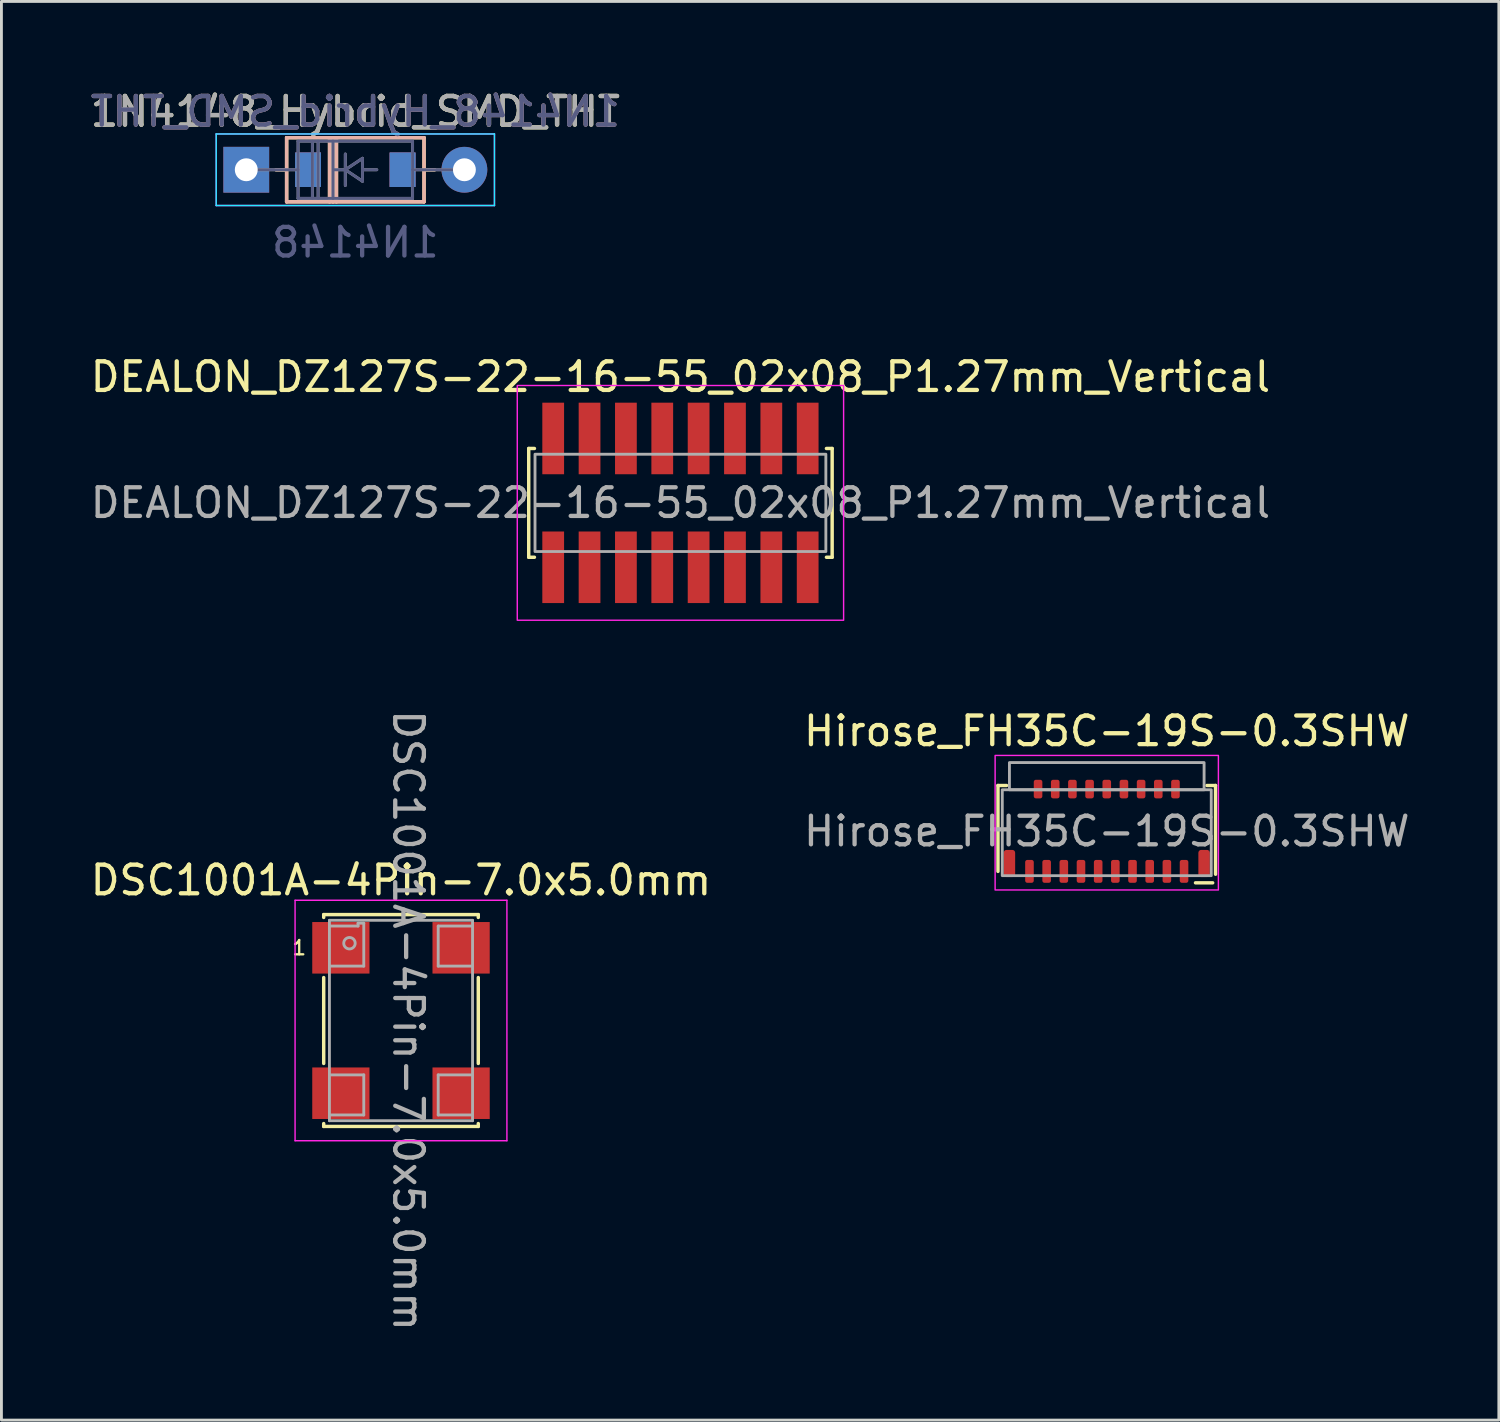
<source format=kicad_pcb>
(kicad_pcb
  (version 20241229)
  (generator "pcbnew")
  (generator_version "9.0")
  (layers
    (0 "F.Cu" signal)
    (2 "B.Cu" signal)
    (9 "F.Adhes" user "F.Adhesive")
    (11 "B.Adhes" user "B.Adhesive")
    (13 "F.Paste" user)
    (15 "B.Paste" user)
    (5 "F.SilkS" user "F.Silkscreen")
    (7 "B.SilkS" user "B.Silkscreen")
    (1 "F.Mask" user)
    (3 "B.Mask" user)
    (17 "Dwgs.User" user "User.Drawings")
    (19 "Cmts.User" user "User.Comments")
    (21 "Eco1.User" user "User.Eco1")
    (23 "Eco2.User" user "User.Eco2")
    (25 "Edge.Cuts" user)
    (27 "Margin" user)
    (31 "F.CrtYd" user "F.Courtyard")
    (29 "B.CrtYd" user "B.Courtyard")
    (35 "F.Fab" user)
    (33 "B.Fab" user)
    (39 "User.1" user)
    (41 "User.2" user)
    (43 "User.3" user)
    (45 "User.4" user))
  (footprint "DEALON_DZ127S-22-16-55_02x08_P1.27mm_Vertical"
    (layer "F.Cu")
    (at 20.72 14.517)
    (property "Reference" "DEALON_DZ127S-22-16-55_02x08_P1.27mm_Vertical" (at 0 -4.4 0) (unlocked yes) (layer "F.SilkS") (effects (font (size 1 1) (thickness 0.15))))
    (attr smd)
    (fp_line (start -5.3 -1.9) (end -5.3 1.9) (stroke (width 0.12) (type solid)) (layer "F.SilkS"))
    (fp_line (start -5.3 1.9) (end -5.1 1.9) (stroke (width 0.12) (type solid)) (layer "F.SilkS"))
    (fp_line (start -5.1 -1.9) (end -5.3 -1.9) (stroke (width 0.12) (type solid)) (layer "F.SilkS"))
    (fp_line (start 5.1 -1.9) (end 5.3 -1.9) (stroke (width 0.12) (type solid)) (layer "F.SilkS"))
    (fp_line (start 5.3 -1.9) (end 5.3 1.9) (stroke (width 0.12) (type solid)) (layer "F.SilkS"))
    (fp_line (start 5.3 1.9) (end 5.1 1.9) (stroke (width 0.12) (type solid)) (layer "F.SilkS"))
    (fp_rect (start -5.7 -4.1) (end 5.7 4.1) (stroke (width 0.05) (type solid)) (fill no) (layer "F.CrtYd"))
    (fp_rect (start -5.08 -1.7) (end 5.08 1.7) (stroke (width 0.1) (type solid)) (fill no) (layer "F.Fab"))
    (fp_text user "${REFERENCE}" (at 0 0 0) (unlocked yes) (layer "F.Fab") (effects (font (size 1 1) (thickness 0.15))))
    (pad "1" smd rect (at -4.445 -2.25) (size 0.76 2.5) (layers "F.Cu" "F.Mask" "F.Paste"))
    (pad "2" smd rect (at -4.445 2.25) (size 0.76 2.5) (layers "F.Cu" "F.Mask" "F.Paste"))
    (pad "3" smd rect (at -3.175 -2.25) (size 0.76 2.5) (layers "F.Cu" "F.Mask" "F.Paste"))
    (pad "4" smd rect (at -3.175 2.25) (size 0.76 2.5) (layers "F.Cu" "F.Mask" "F.Paste"))
    (pad "5" smd rect (at -1.905 -2.25) (size 0.76 2.5) (layers "F.Cu" "F.Mask" "F.Paste"))
    (pad "6" smd rect (at -1.905 2.25) (size 0.76 2.5) (layers "F.Cu" "F.Mask" "F.Paste"))
    (pad "7" smd rect (at -0.635 -2.25) (size 0.76 2.5) (layers "F.Cu" "F.Mask" "F.Paste"))
    (pad "8" smd rect (at -0.635 2.25) (size 0.76 2.5) (layers "F.Cu" "F.Mask" "F.Paste"))
    (pad "9" smd rect (at 0.635 -2.25) (size 0.76 2.5) (layers "F.Cu" "F.Mask" "F.Paste"))
    (pad "10" smd rect (at 0.635 2.25) (size 0.76 2.5) (layers "F.Cu" "F.Mask" "F.Paste"))
    (pad "11" smd rect (at 1.905 -2.25) (size 0.76 2.5) (layers "F.Cu" "F.Mask" "F.Paste"))
    (pad "12" smd rect (at 1.905 2.25) (size 0.76 2.5) (layers "F.Cu" "F.Mask" "F.Paste"))
    (pad "13" smd rect (at 3.175 -2.25) (size 0.76 2.5) (layers "F.Cu" "F.Mask" "F.Paste"))
    (pad "14" smd rect (at 3.175 2.25) (size 0.76 2.5) (layers "F.Cu" "F.Mask" "F.Paste"))
    (pad "15" smd rect (at 4.445 -2.25) (size 0.76 2.5) (layers "F.Cu" "F.Mask" "F.Paste"))
    (pad "16" smd rect (at 4.445 2.25) (size 0.76 2.5) (layers "F.Cu" "F.Mask" "F.Paste")))
  (footprint "DSC1001A-4Pin-7.0x5.0mm"
    (layer "F.Cu")
    (at 10.958 32.6)
    (property "Reference" "DSC1001A-4Pin-7.0x5.0mm" (at 0 -4.9 0) (unlocked yes) (layer "F.SilkS") (effects (font (size 1 1) (thickness 0.15))))
    (attr smd)
    (fp_line (start -2.7 -3.7) (end 2.7 -3.7) (stroke (width 0.12) (type solid)) (layer "F.SilkS"))
    (fp_line (start -2.7 -3.6) (end -2.7 -3.7) (stroke (width 0.12) (type solid)) (layer "F.SilkS"))
    (fp_line (start -2.7 -1.5) (end -2.7 1.5) (stroke (width 0.12) (type solid)) (layer "F.SilkS"))
    (fp_line (start -2.7 3.6) (end -2.7 3.7) (stroke (width 0.12) (type solid)) (layer "F.SilkS"))
    (fp_line (start -2.7 3.7) (end 2.7 3.7) (stroke (width 0.12) (type solid)) (layer "F.SilkS"))
    (fp_line (start 2.7 -3.7) (end 2.7 -3.6) (stroke (width 0.12) (type solid)) (layer "F.SilkS"))
    (fp_line (start 2.7 -1.5) (end 2.7 1.5) (stroke (width 0.12) (type solid)) (layer "F.SilkS"))
    (fp_line (start 2.7 3.7) (end 2.7 3.6) (stroke (width 0.12) (type solid)) (layer "F.SilkS"))
    (fp_line (start -3.7 -4.2) (end 3.7 -4.2) (stroke (width 0.05) (type solid)) (layer "F.CrtYd"))
    (fp_line (start -3.7 4.2) (end -3.7 -4.2) (stroke (width 0.05) (type solid)) (layer "F.CrtYd"))
    (fp_line (start 3.7 -4.2) (end 3.7 4.2) (stroke (width 0.05) (type solid)) (layer "F.CrtYd"))
    (fp_line (start 3.7 4.2) (end -3.7 4.2) (stroke (width 0.05) (type solid)) (layer "F.CrtYd"))
    (fp_line (start -2.5 -3.5) (end 2.5 -3.5) (stroke (width 0.1) (type solid)) (layer "F.Fab"))
    (fp_line (start -2.5 -3.3) (end -1.5 -3.3) (stroke (width 0.1) (type solid)) (layer "F.Fab"))
    (fp_line (start -2.5 3.3) (end -1.3 3.3) (stroke (width 0.1) (type solid)) (layer "F.Fab"))
    (fp_line (start -2.5 3.5) (end -2.5 -3.5) (stroke (width 0.1) (type solid)) (layer "F.Fab"))
    (fp_line (start -1.5 -3.4) (end -1.3 -3.4) (stroke (width 0.1) (type solid)) (layer "F.Fab"))
    (fp_line (start -1.5 -3.3) (end -1.5 -3.4) (stroke (width 0.1) (type solid)) (layer "F.Fab"))
    (fp_line (start -1.3 -3.4) (end -1.3 -1.9) (stroke (width 0.1) (type solid)) (layer "F.Fab"))
    (fp_line (start -1.3 -1.9) (end -2.5 -1.9) (stroke (width 0.1) (type solid)) (layer "F.Fab"))
    (fp_line (start -1.3 1.9) (end -2.5 1.9) (stroke (width 0.1) (type solid)) (layer "F.Fab"))
    (fp_line (start -1.3 3.3) (end -1.3 1.9) (stroke (width 0.1) (type solid)) (layer "F.Fab"))
    (fp_line (start 1.3 -3.3) (end 1.3 -1.9) (stroke (width 0.1) (type solid)) (layer "F.Fab"))
    (fp_line (start 1.3 -1.9) (end 2.5 -1.9) (stroke (width 0.1) (type solid)) (layer "F.Fab"))
    (fp_line (start 1.3 1.9) (end 2.5 1.9) (stroke (width 0.1) (type solid)) (layer "F.Fab"))
    (fp_line (start 1.3 3.3) (end 1.3 1.9) (stroke (width 0.1) (type solid)) (layer "F.Fab"))
    (fp_line (start 2.5 -3.5) (end 2.5 3.5) (stroke (width 0.1) (type solid)) (layer "F.Fab"))
    (fp_line (start 2.5 -3.3) (end 1.3 -3.3) (stroke (width 0.1) (type solid)) (layer "F.Fab"))
    (fp_line (start 2.5 3.3) (end 1.3 3.3) (stroke (width 0.1) (type solid)) (layer "F.Fab"))
    (fp_line (start 2.5 3.5) (end -2.5 3.5) (stroke (width 0.1) (type solid)) (layer "F.Fab"))
    (fp_circle (center -1.8 -2.7) (end -1.6 -2.7) (stroke (width 0.1) (type solid)) (fill no) (layer "F.Fab"))
    (fp_text user "1" (at -3.556 -2.54 0) (unlocked yes) (layer "F.SilkS") (effects (font (size 0.5 0.5) (thickness 0.08))))
    (fp_text user "${REFERENCE}" (at 0.254 0 270) (unlocked yes) (layer "F.Fab") (effects (font (size 1 1) (thickness 0.15))))
    (pad "1" smd rect (at -2.1 -2.54) (size 2 1.8) (layers "F.Cu" "F.Mask" "F.Paste"))
    (pad "2" smd rect (at -2.1 2.54) (size 2 1.8) (layers "F.Cu" "F.Mask" "F.Paste"))
    (pad "3" smd rect (at 2.1 2.54) (size 2 1.8) (layers "F.Cu" "F.Mask" "F.Paste"))
    (pad "4" smd rect (at 2.1 -2.54) (size 2 1.8) (layers "F.Cu" "F.Mask" "F.Paste"))
    (zone (net_name "") (layers "F.Cu" "B.Cu") (hatch edge 0.508) (connect_pads) (min_thickness 0.254) (filled_areas_thickness no) (keepout (tracks not_allowed) (vias not_allowed) (pads not_allowed) (copperpour allowed) (footprints allowed)) (placement (enabled no)) (fill) (polygon (pts (xy 12.708 33.7) (xy 9.208 33.7) (xy 9.208 31.5) (xy 12.708 31.5)))))
  (footprint "1N4148_Hybrid_SMD_THT"
    (layer "F.Cu")
    (at 9.363 2.88)
    (property "Reference" "1N4148_Hybrid_SMD_THT" (at 0 -2.032 0) (unlocked yes) (layer "F.SilkS") (effects (font (size 1 1) (thickness 0.15))))
    (property "Value" "1N4148" (at 0 2.54 0) (unlocked yes) (layer "F.Fab") (hide yes) (effects (font (size 1 1) (thickness 0.15))))
    (attr smd)
    (fp_line (start -2.77 0) (end -2.4 0) (stroke (width 0.12) (type solid)) (layer "F.SilkS"))
    (fp_line (start -2.4 -1.12) (end -2.4 1.12) (stroke (width 0.12) (type solid)) (layer "F.SilkS"))
    (fp_line (start -2.4 1.12) (end 2.4 1.12) (stroke (width 0.12) (type solid)) (layer "F.SilkS"))
    (fp_line (start -0.9 -1.12) (end -0.9 1.12) (stroke (width 0.12) (type solid)) (layer "F.SilkS"))
    (fp_line (start -0.78 -1.12) (end -0.78 1.12) (stroke (width 0.12) (type solid)) (layer "F.SilkS"))
    (fp_line (start -0.66 -1.12) (end -0.66 1.12) (stroke (width 0.12) (type solid)) (layer "F.SilkS"))
    (fp_line (start 2.4 -1.12) (end -2.4 -1.12) (stroke (width 0.12) (type solid)) (layer "F.SilkS"))
    (fp_line (start 2.4 1.12) (end 2.4 -1.12) (stroke (width 0.12) (type solid)) (layer "F.SilkS"))
    (fp_line (start 2.77 0) (end 2.4 0) (stroke (width 0.12) (type solid)) (layer "F.SilkS"))
    (fp_line (start -2.77 0) (end -2.4 0) (stroke (width 0.12) (type solid)) (layer "B.SilkS"))
    (fp_line (start -2.4 -1.12) (end 2.4 -1.12) (stroke (width 0.12) (type solid)) (layer "B.SilkS"))
    (fp_line (start -2.4 1.12) (end -2.4 -1.12) (stroke (width 0.12) (type solid)) (layer "B.SilkS"))
    (fp_line (start -0.9 1.12) (end -0.9 -1.12) (stroke (width 0.12) (type solid)) (layer "B.SilkS"))
    (fp_line (start -0.78 1.12) (end -0.78 -1.12) (stroke (width 0.12) (type solid)) (layer "B.SilkS"))
    (fp_line (start -0.66 1.12) (end -0.66 -1.12) (stroke (width 0.12) (type solid)) (layer "B.SilkS"))
    (fp_line (start 2.4 -1.12) (end 2.4 1.12) (stroke (width 0.12) (type solid)) (layer "B.SilkS"))
    (fp_line (start 2.4 1.12) (end -2.4 1.12) (stroke (width 0.12) (type solid)) (layer "B.SilkS"))
    (fp_line (start 2.77 0) (end 2.4 0) (stroke (width 0.12) (type solid)) (layer "B.SilkS"))
    (fp_line (start -4.86 -1.25) (end 4.86 -1.25) (stroke (width 0.05) (type solid)) (layer "B.CrtYd"))
    (fp_line (start -4.86 1.25) (end -4.86 -1.25) (stroke (width 0.05) (type solid)) (layer "B.CrtYd"))
    (fp_line (start 4.86 -1.25) (end 4.86 1.25) (stroke (width 0.05) (type solid)) (layer "B.CrtYd"))
    (fp_line (start 4.86 1.25) (end -4.86 1.25) (stroke (width 0.05) (type solid)) (layer "B.CrtYd"))
    (fp_line (start -4.86 -1.25) (end -4.86 1.25) (stroke (width 0.05) (type solid)) (layer "F.CrtYd"))
    (fp_line (start -4.86 1.25) (end 4.86 1.25) (stroke (width 0.05) (type solid)) (layer "F.CrtYd"))
    (fp_line (start 4.86 -1.25) (end -4.86 -1.25) (stroke (width 0.05) (type solid)) (layer "F.CrtYd"))
    (fp_line (start 4.86 1.25) (end 4.86 -1.25) (stroke (width 0.05) (type solid)) (layer "F.CrtYd"))
    (fp_line (start -3.81 0) (end -2 0) (stroke (width 0.1) (type solid)) (layer "B.Fab"))
    (fp_line (start -2 -1) (end 2 -1) (stroke (width 0.1) (type solid)) (layer "B.Fab"))
    (fp_line (start -2 1) (end -2 -1) (stroke (width 0.1) (type solid)) (layer "B.Fab"))
    (fp_line (start -1.5 1) (end -1.5 -1) (stroke (width 0.1) (type solid)) (layer "B.Fab"))
    (fp_line (start -1.3 1) (end -1.3 -1) (stroke (width 0.1) (type solid)) (layer "B.Fab"))
    (fp_line (start -0.78 1) (end -0.78 -1) (stroke (width 0.1) (type solid)) (layer "B.Fab"))
    (fp_line (start -0.75 0) (end -0.35 0) (stroke (width 0.1) (type solid)) (layer "B.Fab"))
    (fp_line (start -0.35 0) (end -0.35 -0.55) (stroke (width 0.1) (type solid)) (layer "B.Fab"))
    (fp_line (start -0.35 0) (end -0.35 0.55) (stroke (width 0.1) (type solid)) (layer "B.Fab"))
    (fp_line (start -0.35 0) (end 0.25 0.4) (stroke (width 0.1) (type solid)) (layer "B.Fab"))
    (fp_line (start 0.25 -0.4) (end -0.35 0) (stroke (width 0.1) (type solid)) (layer "B.Fab"))
    (fp_line (start 0.25 0) (end 0.75 0) (stroke (width 0.1) (type solid)) (layer "B.Fab"))
    (fp_line (start 0.25 0.4) (end 0.25 -0.4) (stroke (width 0.1) (type solid)) (layer "B.Fab"))
    (fp_line (start 2 -1) (end 2 1) (stroke (width 0.1) (type solid)) (layer "B.Fab"))
    (fp_line (start 2 1) (end -2 1) (stroke (width 0.1) (type solid)) (layer "B.Fab"))
    (fp_line (start 3.81 0) (end 2 0) (stroke (width 0.1) (type solid)) (layer "B.Fab"))
    (fp_line (start -3.81 0) (end -2 0) (stroke (width 0.1) (type solid)) (layer "F.Fab"))
    (fp_line (start -2 -1) (end -2 1) (stroke (width 0.1) (type solid)) (layer "F.Fab"))
    (fp_line (start -2 1) (end 2 1) (stroke (width 0.1) (type solid)) (layer "F.Fab"))
    (fp_line (start -1.5 -1) (end -1.5 1) (stroke (width 0.1) (type solid)) (layer "F.Fab"))
    (fp_line (start -1.3 -1) (end -1.3 1) (stroke (width 0.1) (type solid)) (layer "F.Fab"))
    (fp_line (start -0.78 -1) (end -0.78 1) (stroke (width 0.1) (type solid)) (layer "F.Fab"))
    (fp_line (start -0.75 0) (end -0.35 0) (stroke (width 0.1) (type solid)) (layer "F.Fab"))
    (fp_line (start -0.35 0) (end -0.35 -0.55) (stroke (width 0.1) (type solid)) (layer "F.Fab"))
    (fp_line (start -0.35 0) (end -0.35 0.55) (stroke (width 0.1) (type solid)) (layer "F.Fab"))
    (fp_line (start -0.35 0) (end 0.25 -0.4) (stroke (width 0.1) (type solid)) (layer "F.Fab"))
    (fp_line (start 0.25 -0.4) (end 0.25 0.4) (stroke (width 0.1) (type solid)) (layer "F.Fab"))
    (fp_line (start 0.25 0) (end 0.75 0) (stroke (width 0.1) (type solid)) (layer "F.Fab"))
    (fp_line (start 0.25 0.4) (end -0.35 0) (stroke (width 0.1) (type solid)) (layer "F.Fab"))
    (fp_line (start 2 -1) (end -2 -1) (stroke (width 0.1) (type solid)) (layer "F.Fab"))
    (fp_line (start 2 1) (end 2 -1) (stroke (width 0.1) (type solid)) (layer "F.Fab"))
    (fp_line (start 3.81 0) (end 2 0) (stroke (width 0.1) (type solid)) (layer "F.Fab"))
    (fp_text user "${REFERENCE}" (at 0 -2.032 0) (unlocked yes) (layer "B.SilkS") (effects (font (size 1 1) (thickness 0.15)) (justify mirror)))
    (fp_text user "${VALUE}" (at 0 2.54 0) (unlocked yes) (layer "B.Fab") (effects (font (size 1 1) (thickness 0.15)) (justify mirror)))
    (fp_text user "${REFERENCE}" (at 0 -2.032 180) (layer "B.Fab") (effects (font (size 1 1) (thickness 0.15)) (justify mirror)))
    (fp_text user "${REFERENCE}" (at 0 -2.032 0) (layer "F.Fab") (effects (font (size 1 1) (thickness 0.15))))
    (pad "1" thru_hole rect (at -3.81 0) (size 1.6 1.6) (drill 0.8) (layers "*.Cu" "*.Mask"))
    (pad "1" smd rect (at -1.65 0) (size 0.9 1.2) (layers "F.Cu" "F.Mask" "F.Paste"))
    (pad "1" smd rect (at -1.65 0) (size 0.9 1.2) (layers "F.Cu" "F.Mask" "F.Paste"))
    (pad "1" smd rect (at -1.65 0 180) (size 0.9 1.2) (layers "B.Cu" "B.Mask" "B.Paste"))
    (pad "1" smd rect (at -1.65 0 180) (size 0.9 1.2) (layers "B.Cu" "B.Mask" "B.Paste"))
    (pad "2" smd rect (at 1.65 0) (size 0.9 1.2) (layers "F.Cu" "F.Mask" "F.Paste"))
    (pad "2" smd rect (at 1.65 0) (size 0.9 1.2) (layers "F.Cu" "F.Mask" "F.Paste"))
    (pad "2" smd rect (at 1.65 0 180) (size 0.9 1.2) (layers "B.Cu" "B.Mask" "B.Paste"))
    (pad "2" smd rect (at 1.65 0 180) (size 0.9 1.2) (layers "B.Cu" "B.Mask" "B.Paste"))
    (pad "2" thru_hole oval (at 3.81 0) (size 1.6 1.6) (drill 0.8) (layers "*.Cu" "*.Mask")))
  (footprint "Hirose_FH35C-19S-0.3SHW"
    (layer "F.Cu")
    (at 35.613 25.99)
    (property "Reference" "Hirose_FH35C-19S-0.3SHW" (at 0 -3.5 0) (unlocked yes) (layer "F.SilkS") (effects (font (size 1 1) (thickness 0.15))))
    (attr smd)
    (fp_line (start -3.8 -1.6) (end -3.8 1.4) (stroke (width 0.12) (type default)) (layer "F.SilkS"))
    (fp_line (start -3.8 -1.6) (end -3.5 -1.6) (stroke (width 0.12) (type default)) (layer "F.SilkS"))
    (fp_line (start 3.1 1.8) (end 3.7 1.8) (stroke (width 0.12) (type default)) (layer "F.SilkS"))
    (fp_line (start 3.8 -1.6) (end 3.5 -1.6) (stroke (width 0.12) (type default)) (layer "F.SilkS"))
    (fp_line (start 3.8 -1.6) (end 3.8 1.5) (stroke (width 0.12) (type default)) (layer "F.SilkS"))
    (fp_rect (start -3.9 2.05) (end 3.9 -2.65) (stroke (width 0.05) (type default)) (fill no) (layer "F.CrtYd"))
    (fp_rect (start -3.65 -1.45) (end 3.65 1.55) (stroke (width 0.1) (type default)) (fill no) (layer "F.Fab"))
    (fp_rect (start -3.4 -2.4) (end 3.4 -1.45) (stroke (width 0.1) (type default)) (fill no) (layer "F.Fab"))
    (fp_text user "${REFERENCE}" (at 0 0 0) (unlocked yes) (layer "F.Fab") (effects (font (size 1 1) (thickness 0.15))))
    (pad "" smd roundrect (at -3.45 1.25) (size 0.3 0.7) (layers "F.Paste") (roundrect_rratio 0.25))
    (pad "" smd roundrect (at -2.7 1.475) (size 0.23 0.65) (layers "F.Paste") (roundrect_rratio 0.25))
    (pad "" smd roundrect (at -2.4 -1.525) (size 0.23 0.55) (layers "F.Paste") (roundrect_rratio 0.25))
    (pad "" smd roundrect (at -2.1 1.475) (size 0.23 0.65) (layers "F.Paste") (roundrect_rratio 0.25))
    (pad "" smd roundrect (at -1.8 -1.525) (size 0.23 0.55) (layers "F.Paste") (roundrect_rratio 0.25))
    (pad "" smd roundrect (at -1.5 1.475) (size 0.23 0.65) (layers "F.Paste") (roundrect_rratio 0.25))
    (pad "" smd roundrect (at -1.2 -1.525) (size 0.23 0.55) (layers "F.Paste") (roundrect_rratio 0.25))
    (pad "" smd roundrect (at -0.9 1.475) (size 0.23 0.65) (layers "F.Paste") (roundrect_rratio 0.25))
    (pad "" smd roundrect (at -0.6 -1.525) (size 0.23 0.55) (layers "F.Paste") (roundrect_rratio 0.25))
    (pad "" smd roundrect (at -0.3 1.475) (size 0.23 0.65) (layers "F.Paste") (roundrect_rratio 0.25))
    (pad "" smd roundrect (at 0 -1.525) (size 0.23 0.55) (layers "F.Paste") (roundrect_rratio 0.25))
    (pad "" smd roundrect (at 0.3 1.475) (size 0.23 0.65) (layers "F.Paste") (roundrect_rratio 0.25))
    (pad "" smd roundrect (at 0.6 -1.525) (size 0.23 0.55) (layers "F.Paste") (roundrect_rratio 0.25))
    (pad "" smd roundrect (at 0.9 1.475) (size 0.23 0.65) (layers "F.Paste") (roundrect_rratio 0.25))
    (pad "" smd roundrect (at 1.2 -1.525) (size 0.23 0.55) (layers "F.Paste") (roundrect_rratio 0.25))
    (pad "" smd roundrect (at 1.5 1.475) (size 0.23 0.65) (layers "F.Paste") (roundrect_rratio 0.25))
    (pad "" smd roundrect (at 1.8 -1.525) (size 0.23 0.55) (layers "F.Paste") (roundrect_rratio 0.25))
    (pad "" smd roundrect (at 2.1 1.475) (size 0.23 0.65) (layers "F.Paste") (roundrect_rratio 0.25))
    (pad "" smd roundrect (at 2.4 -1.525) (size 0.23 0.55) (layers "F.Paste") (roundrect_rratio 0.25))
    (pad "" smd roundrect (at 2.7 1.475) (size 0.23 0.65) (layers "F.Paste") (roundrect_rratio 0.25))
    (pad "" smd roundrect (at 3.45 1.25) (size 0.3 0.7) (layers "F.Paste") (roundrect_rratio 0.25))
    (pad "1" smd roundrect (at 2.7 1.4) (size 0.3 0.8) (layers "F.Cu" "F.Mask") (roundrect_rratio 0.25))
    (pad "2" smd roundrect (at 2.4 -1.475) (size 0.3 0.65) (layers "F.Cu" "F.Mask") (roundrect_rratio 0.25))
    (pad "3" smd roundrect (at 2.1 1.4) (size 0.3 0.8) (layers "F.Cu" "F.Mask") (roundrect_rratio 0.25))
    (pad "4" smd roundrect (at 1.8 -1.475) (size 0.3 0.65) (layers "F.Cu" "F.Mask") (roundrect_rratio 0.25))
    (pad "5" smd roundrect (at 1.5 1.4) (size 0.3 0.8) (layers "F.Cu" "F.Mask") (roundrect_rratio 0.25))
    (pad "6" smd roundrect (at 1.2 -1.475) (size 0.3 0.65) (layers "F.Cu" "F.Mask") (roundrect_rratio 0.25))
    (pad "7" smd roundrect (at 0.9 1.4) (size 0.3 0.8) (layers "F.Cu" "F.Mask") (roundrect_rratio 0.25))
    (pad "8" smd roundrect (at 0.6 -1.475) (size 0.3 0.65) (layers "F.Cu" "F.Mask") (roundrect_rratio 0.25))
    (pad "9" smd roundrect (at 0.3 1.4) (size 0.3 0.8) (layers "F.Cu" "F.Mask") (roundrect_rratio 0.25))
    (pad "10" smd roundrect (at 0 -1.475) (size 0.3 0.65) (layers "F.Cu" "F.Mask") (roundrect_rratio 0.25))
    (pad "11" smd roundrect (at -0.3 1.4) (size 0.3 0.8) (layers "F.Cu" "F.Mask") (roundrect_rratio 0.25))
    (pad "12" smd roundrect (at -0.6 -1.475) (size 0.3 0.65) (layers "F.Cu" "F.Mask") (roundrect_rratio 0.25))
    (pad "13" smd roundrect (at -0.9 1.4) (size 0.3 0.8) (layers "F.Cu" "F.Mask") (roundrect_rratio 0.25))
    (pad "14" smd roundrect (at -1.2 -1.475) (size 0.3 0.65) (layers "F.Cu" "F.Mask") (roundrect_rratio 0.25))
    (pad "15" smd roundrect (at -1.5 1.4) (size 0.3 0.8) (layers "F.Cu" "F.Mask") (roundrect_rratio 0.25))
    (pad "16" smd roundrect (at -1.8 -1.475) (size 0.3 0.65) (layers "F.Cu" "F.Mask") (roundrect_rratio 0.25))
    (pad "17" smd roundrect (at -2.1 1.4) (size 0.3 0.8) (layers "F.Cu" "F.Mask") (roundrect_rratio 0.25))
    (pad "18" smd roundrect (at -2.4 -1.475) (size 0.3 0.65) (layers "F.Cu" "F.Mask") (roundrect_rratio 0.25))
    (pad "19" smd roundrect (at -2.7 1.4) (size 0.3 0.8) (layers "F.Cu" "F.Mask") (roundrect_rratio 0.25))
    (pad "MP" smd roundrect (at -3.4 1.125) (size 0.4 0.95) (layers "F.Cu" "F.Mask") (roundrect_rratio 0.25))
    (pad "MP" smd roundrect (at 3.4 1.125) (size 0.4 0.95) (layers "F.Cu" "F.Mask") (roundrect_rratio 0.25)))
  (gr_rect
    (start -3 -3)
    (end 49.31 46.558)
    (stroke (width 0.1) (type default))
    (fill no)
    (layer "Edge.Cuts")))
</source>
